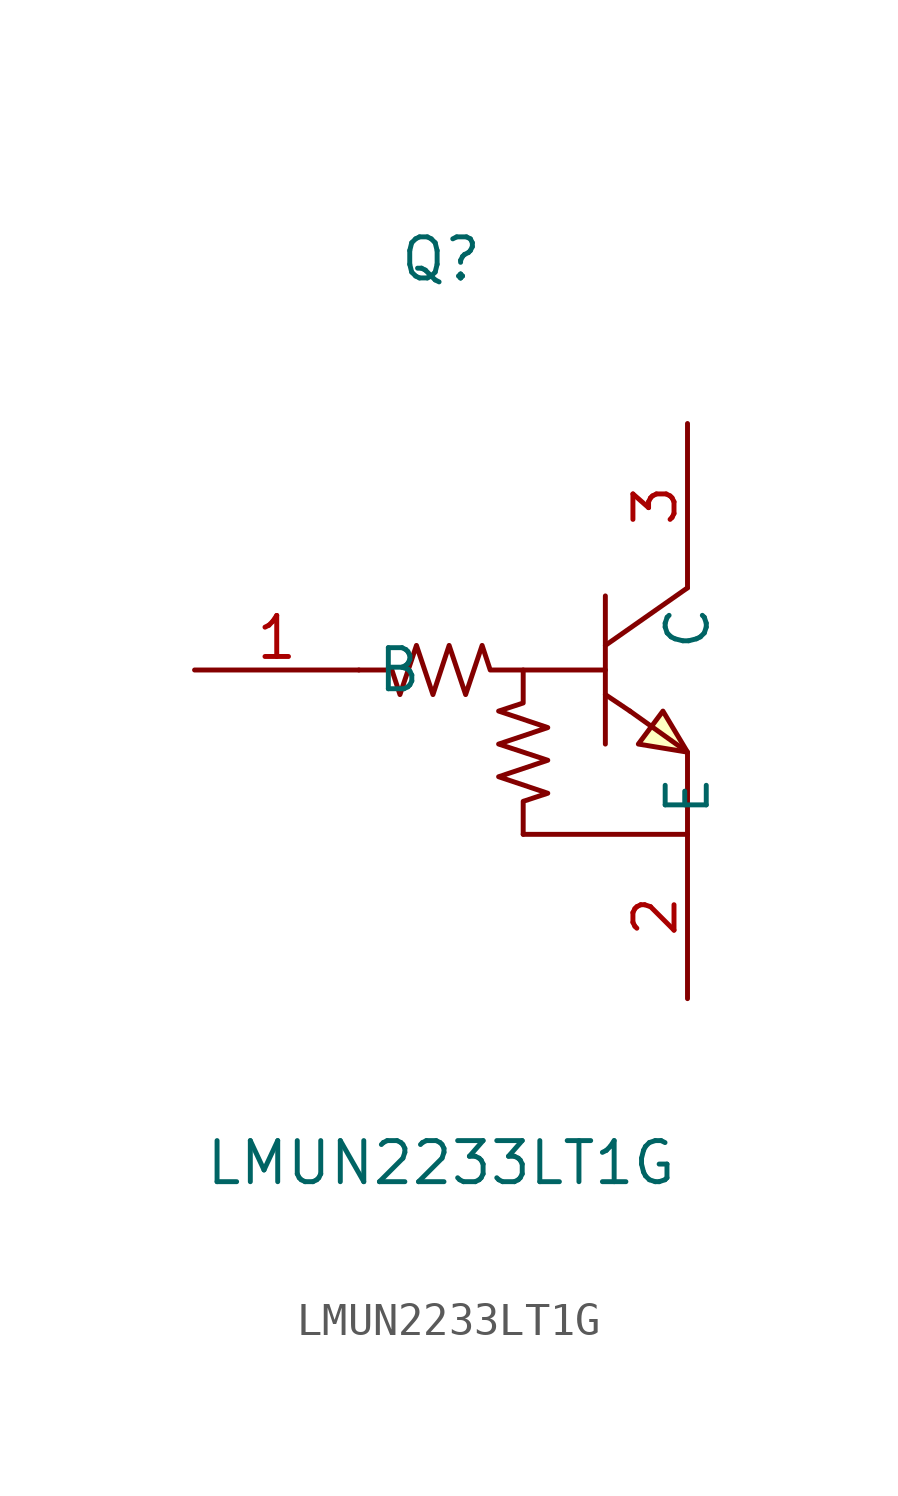
<source format=kicad_sym>
(kicad_symbol_lib
  (version 20211014)
  (generator https://github.com/uPesy/easyeda2kicad.py)
  (symbol "LMUN2233LT1G"
    (property "Reference" "Q"
      (at 0 13.97 0)
      (effects (font (size 1.27 1.27))))
    (property "Value" "LMUN2233LT1G"
      (at 0 -13.97 0)
      (effects (font (size 1.27 1.27))))
    (symbol "LMUN2233LT1G_0_1"
      (polyline (pts (xy 5.08 2.03) (xy 7.62 3.81)) (stroke (width 0) (type default) (color 0 0 0 0)) (fill (type none)))
      (polyline (pts (xy 5.08 -1.02) (xy 5.08 3.56)) (stroke (width 0) (type default) (color 0 0 0 0)) (fill (type none)))
      (polyline (pts (xy 5.84 -0.00) (xy 7.62 -1.27) (xy 7.62 -3.81) (xy 2.54 -3.81)) (stroke (width 0) (type default) (color 0 0 0 0)) (fill (type none)))
      (polyline (pts (xy -2.54 1.27) (xy -1.52 1.27) (xy -1.27 0.51) (xy -0.76 2.03) (xy -0.25 0.51) (xy 0.25 2.03) (xy 0.76 0.51) (xy 1.27 2.03) (xy 1.52 1.27) (xy 2.54 1.27) (xy 5.08 1.27)) (stroke (width 0) (type default) (color 0 0 0 0)) (fill (type none)))
      (polyline (pts (xy 2.54 -3.81) (xy 2.54 -2.79) (xy 3.30 -2.54) (xy 1.78 -2.03) (xy 3.30 -1.52) (xy 1.78 -1.02) (xy 3.30 -0.51) (xy 1.78 -0.00) (xy 2.54 0.25) (xy 2.54 1.27)) (stroke (width 0) (type default) (color 0 0 0 0)) (fill (type none)))
      (polyline (pts (xy 5.84 -0.00) (xy 5.08 0.51)) (stroke (width 0) (type default) (color 0 0 0 0)) (fill (type none)))
      (polyline (pts (xy 7.62 -1.27) (xy 6.10 -1.02) (xy 6.86 -0.00) (xy 7.62 -1.27)) (stroke (width 0) (type default) (color 0 0 0 0)) (fill (type background)))
      (pin unspecified line (at 7.62 8.89 270) (length 5.08) (name "C" (effects (font (size 1.27 1.27)))) (number "3" (effects (font (size 1.27 1.27)))))
      (pin unspecified line (at -7.62 1.27 0) (length 5.08) (name "B" (effects (font (size 1.27 1.27)))) (number "1" (effects (font (size 1.27 1.27)))))
      (pin unspecified line (at 7.62 -8.89 90) (length 5.08) (name "E" (effects (font (size 1.27 1.27)))) (number "2" (effects (font (size 1.27 1.27))))))))
</source>
